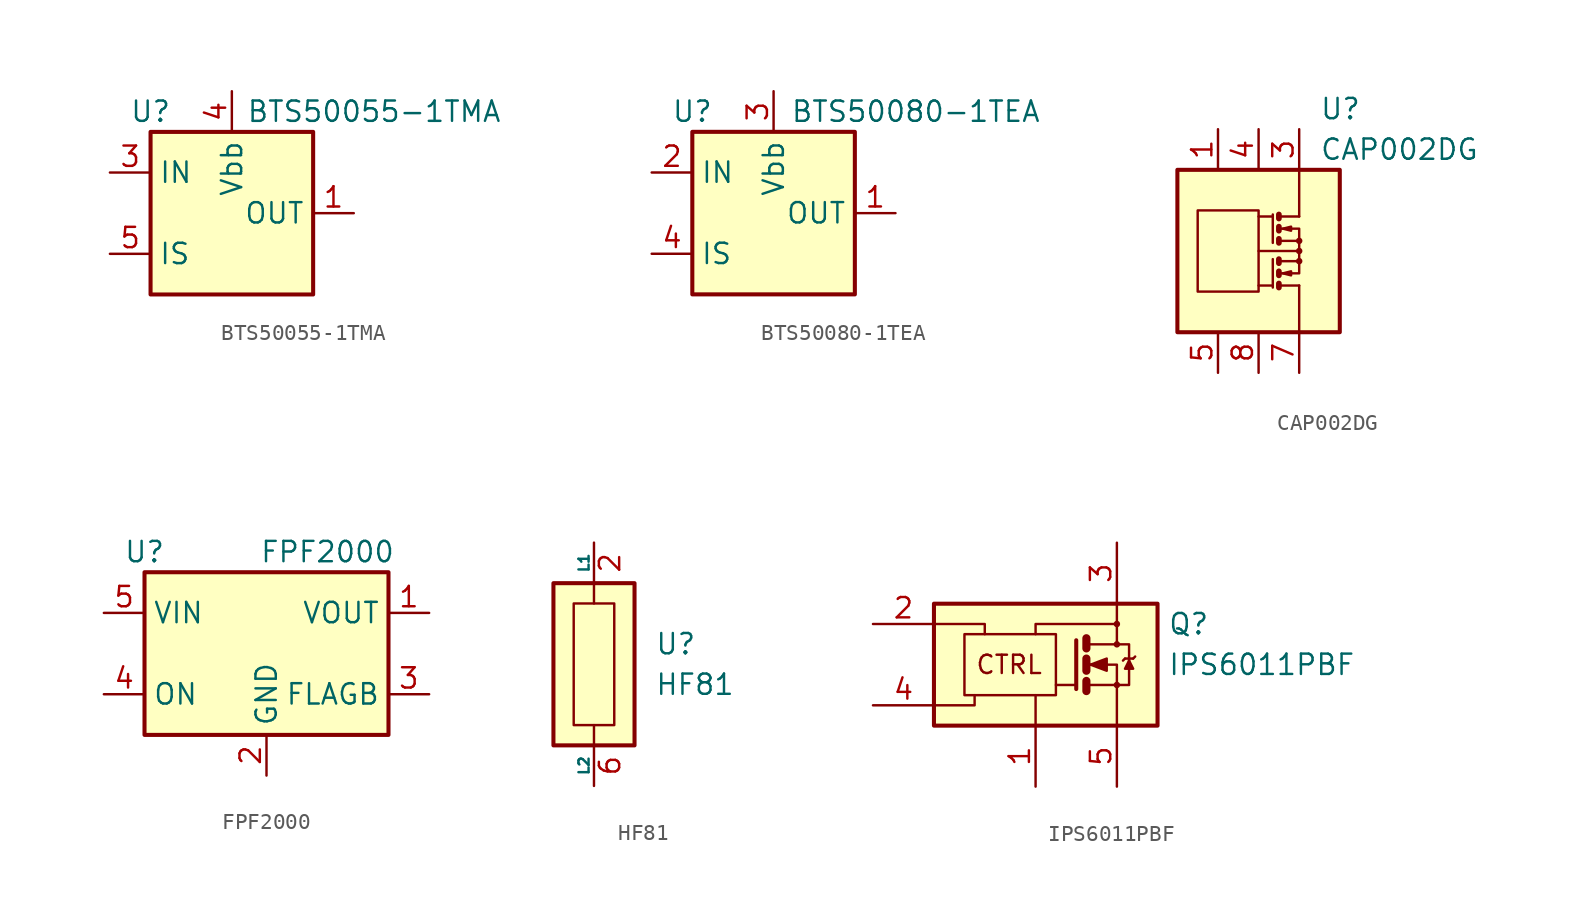
<source format=kicad_sym>
(kicad_symbol_lib
  (version 20201005)
  (generator kicad_symbol_editor)
  (symbol "Power_Management:BTS50055-1TMA"
    (property "Reference" "U"
      (at -5.08 6.35 0)
      (effects (font (size 1.27 1.27))))
    (property "Value" "BTS50055-1TMA"
      (at 8.89 6.35 0)
      (effects (font (size 1.27 1.27))))
    (symbol "BTS50055-1TMA_0_1"
      (rectangle (start -5.08 5.08) (end 5.08 -5.08) (stroke (width 0.254)) (fill (type background))))
    (symbol "BTS50055-1TMA_1_1"
      (pin power_out line (at 7.62 0 180) (length 2.54) (name "OUT" (effects (font (size 1.27 1.27)))) (number "1" (effects (font (size 1.27 1.27)))))
      (pin passive line (at 7.62 0 180) (length 2.54) hide (name "OUT" (effects (font (size 1.27 1.27)))) (number "2" (effects (font (size 1.27 1.27)))))
      (pin input line (at -7.62 2.54 0) (length 2.54) (name "IN" (effects (font (size 1.27 1.27)))) (number "3" (effects (font (size 1.27 1.27)))))
      (pin power_in line (at 0 7.62 270) (length 2.54) (name "Vbb" (effects (font (size 1.27 1.27)))) (number "4" (effects (font (size 1.27 1.27)))))
      (pin output line (at -7.62 -2.54 0) (length 2.54) (name "IS" (effects (font (size 1.27 1.27)))) (number "5" (effects (font (size 1.27 1.27)))))
      (pin passive line (at 7.62 0 180) (length 2.54) hide (name "OUT" (effects (font (size 1.27 1.27)))) (number "6" (effects (font (size 1.27 1.27)))))
      (pin passive line (at 7.62 0 180) (length 2.54) hide (name "OUT" (effects (font (size 1.27 1.27)))) (number "7" (effects (font (size 1.27 1.27)))))))
  (symbol "Power_Management:BTS50080-1TEA"
    (property "Reference" "U"
      (at -5.08 6.35 0)
      (effects (font (size 1.27 1.27))))
    (property "Value" "BTS50080-1TEA"
      (at 8.89 6.35 0)
      (effects (font (size 1.27 1.27))))
    (symbol "BTS50080-1TEA_0_1"
      (rectangle (start -5.08 5.08) (end 5.08 -5.08) (stroke (width 0.254)) (fill (type background))))
    (symbol "BTS50080-1TEA_1_1"
      (pin power_out line (at 7.62 0 180) (length 2.54) (name "OUT" (effects (font (size 1.27 1.27)))) (number "1" (effects (font (size 1.27 1.27)))))
      (pin input line (at -7.62 2.54 0) (length 2.54) (name "IN" (effects (font (size 1.27 1.27)))) (number "2" (effects (font (size 1.27 1.27)))))
      (pin power_in line (at 0 7.62 270) (length 2.54) (name "Vbb" (effects (font (size 1.27 1.27)))) (number "3" (effects (font (size 1.27 1.27)))))
      (pin output line (at -7.62 -2.54 0) (length 2.54) (name "IS" (effects (font (size 1.27 1.27)))) (number "4" (effects (font (size 1.27 1.27)))))
      (pin passive line (at 7.62 0 180) (length 2.54) hide (name "OUT" (effects (font (size 1.27 1.27)))) (number "5" (effects (font (size 1.27 1.27)))))))
  (symbol "Power_Management:CAP002DG"
    (pin_names
      (offset 1.27))
    (property "Reference" "U"
      (at 3.81 8.89 0)
      (effects (font (size 1.27 1.27)) (justify left)))
    (property "Value" "CAP002DG"
      (at 3.81 6.35 0)
      (effects (font (size 1.27 1.27)) (justify left)))
    (symbol "CAP002DG_0_1"
      (circle (center 2.54 -0.635) (radius 0.127) (stroke (width 0)) (fill (type none)))
      (circle (center 2.54 0) (radius 0.127) (stroke (width 0)) (fill (type none)))
      (circle (center 2.54 0.635) (radius 0.127) (stroke (width 0)) (fill (type none)))
      (rectangle (start -3.81 2.54) (end 0 -2.54) (stroke (width 0)) (fill (type none)))
      (rectangle (start -5.08 5.08) (end 5.08 -5.08) (stroke (width 0.254)) (fill (type background)))
      (polyline (pts (xy 0.889 -2.159) (xy 0 -2.159)) (stroke (width 0)) (fill (type none)))
      (polyline (pts (xy 0.889 -0.508) (xy 0.889 -2.286)) (stroke (width 0)) (fill (type none)))
      (polyline (pts (xy 0.889 2.159) (xy 0 2.159)) (stroke (width 0)) (fill (type none)))
      (polyline (pts (xy 0.889 2.286) (xy 0.889 0.508)) (stroke (width 0)) (fill (type none)))
      (polyline (pts (xy 1.27 -2.159) (xy 2.54 -2.159)) (stroke (width 0)) (fill (type none)))
      (polyline (pts (xy 1.27 2.159) (xy 2.54 2.159)) (stroke (width 0)) (fill (type none)))
      (polyline (pts (xy 2.413 0) (xy 0 0)) (stroke (width 0)) (fill (type none)))
      (polyline (pts (xy 2.54 -2.159) (xy 2.54 -5.08)) (stroke (width 0)) (fill (type none)))
      (polyline (pts (xy 1.27 -2.032) (xy 1.27 -2.286) (xy 1.27 -2.286)) (stroke (width 0.356)) (fill (type none)))
      (polyline (pts (xy 1.27 -1.27) (xy 1.27 -1.524) (xy 1.27 -1.524)) (stroke (width 0.356)) (fill (type none)))
      (polyline (pts (xy 1.27 0.762) (xy 1.27 0.508) (xy 1.27 0.508)) (stroke (width 0.356)) (fill (type none)))
      (polyline (pts (xy 1.27 1.524) (xy 1.27 1.27) (xy 1.27 1.27)) (stroke (width 0.356)) (fill (type none)))
      (polyline (pts (xy 1.27 2.286) (xy 1.27 2.032) (xy 1.27 2.032)) (stroke (width 0.356)) (fill (type none)))
      (polyline (pts (xy 1.397 -1.397) (xy 2.54 -1.397) (xy 2.54 -0.635)) (stroke (width 0)) (fill (type none)))
      (polyline (pts (xy 1.397 1.397) (xy 2.54 1.397) (xy 2.54 0.635)) (stroke (width 0)) (fill (type none)))
      (polyline (pts (xy 2.54 2.159) (xy 2.54 5.08) (xy 2.54 3.175)) (stroke (width 0)) (fill (type none)))
      (polyline (pts (xy 1.397 -0.635) (xy 2.54 -0.635) (xy 2.54 0.635) (xy 1.397 0.635)) (stroke (width 0)) (fill (type none)))
      (polyline (pts (xy 1.524 -1.397) (xy 2.032 -1.27) (xy 2.032 -1.524) (xy 1.524 -1.397)) (stroke (width 0)) (fill (type none)))
      (polyline (pts (xy 1.524 1.397) (xy 2.032 1.524) (xy 2.032 1.27) (xy 1.524 1.397)) (stroke (width 0)) (fill (type none))))
    (symbol "CAP002DG_1_1"
      (polyline (pts (xy 1.27 -0.508) (xy 1.27 -0.762)) (stroke (width 0.356)) (fill (type none)))
      (pin passive line (at -2.54 7.62 270) (length 2.54) (name "~" (effects (font (size 1.27 1.27)))) (number "1" (effects (font (size 1.27 1.27)))))
      (pin passive line (at 2.54 7.62 270) (length 2.54) hide (name "~" (effects (font (size 1.27 1.27)))) (number "2" (effects (font (size 1.27 1.27)))))
      (pin passive line (at 2.54 7.62 270) (length 2.54) (name "~" (effects (font (size 1.27 1.27)))) (number "3" (effects (font (size 1.27 1.27)))))
      (pin passive line (at 0 7.62 270) (length 2.54) (name "~" (effects (font (size 1.27 1.27)))) (number "4" (effects (font (size 1.27 1.27)))))
      (pin passive line (at -2.54 -7.62 90) (length 2.54) (name "~" (effects (font (size 1.27 1.27)))) (number "5" (effects (font (size 1.27 1.27)))))
      (pin passive line (at 2.54 -7.62 90) (length 2.54) hide (name "~" (effects (font (size 1.27 1.27)))) (number "6" (effects (font (size 1.27 1.27)))))
      (pin passive line (at 2.54 -7.62 90) (length 2.54) (name "~" (effects (font (size 1.27 1.27)))) (number "7" (effects (font (size 1.27 1.27)))))
      (pin passive line (at 0 -7.62 90) (length 2.54) (name "~" (effects (font (size 1.27 1.27)))) (number "8" (effects (font (size 1.27 1.27)))))))
  (symbol "Power_Management:FPF2000"
    (property "Reference" "U"
      (at -7.62 6.35 0)
      (effects (font (size 1.27 1.27))))
    (property "Value" "FPF2000"
      (at 3.81 6.35 0)
      (effects (font (size 1.27 1.27))))
    (symbol "FPF2000_0_1"
      (rectangle (start -7.62 5.08) (end 7.62 -5.08) (stroke (width 0.254)) (fill (type background))))
    (symbol "FPF2000_1_1"
      (pin power_out line (at 10.16 2.54 180) (length 2.54) (name "VOUT" (effects (font (size 1.27 1.27)))) (number "1" (effects (font (size 1.27 1.27)))))
      (pin power_in line (at 0 -7.62 90) (length 2.54) (name "GND" (effects (font (size 1.27 1.27)))) (number "2" (effects (font (size 1.27 1.27)))))
      (pin open_collector line (at 10.16 -2.54 180) (length 2.54) (name "FLAGB" (effects (font (size 1.27 1.27)))) (number "3" (effects (font (size 1.27 1.27)))))
      (pin input line (at -10.16 -2.54 0) (length 2.54) (name "ON" (effects (font (size 1.27 1.27)))) (number "4" (effects (font (size 1.27 1.27)))))
      (pin power_in line (at -10.16 2.54 0) (length 2.54) (name "VIN" (effects (font (size 1.27 1.27)))) (number "5" (effects (font (size 1.27 1.27)))))))
  (symbol "Power_Management:HF81"
    (pin_names
      (offset 0))
    (property "Reference" "U"
      (at 3.81 1.27 0)
      (effects (font (size 1.27 1.27)) (justify left)))
    (property "Value" "HF81"
      (at 3.81 -1.27 0)
      (effects (font (size 1.27 1.27)) (justify left)))
    (symbol "HF81_0_1"
      (rectangle (start -1.27 3.81) (end 1.27 -3.81) (stroke (width 0)) (fill (type none)))
      (rectangle (start -2.54 5.08) (end 2.54 -5.08) (stroke (width 0.254)) (fill (type background)))
      (polyline (pts (xy 0 -3.81) (xy 0 -5.08)) (stroke (width 0)) (fill (type none)))
      (polyline (pts (xy 0 5.08) (xy 0 3.81)) (stroke (width 0)) (fill (type none))))
    (symbol "HF81_1_1"
      (pin no_connect line (at -2.54 5.08 0) (length 2.54) hide (name "NC" (effects (font (size 1.27 1.27)))) (number "1" (effects (font (size 1.27 1.27)))))
      (pin passive line (at 0 7.62 270) (length 2.54) (name "L1" (effects (font (size 0.635 0.635)))) (number "2" (effects (font (size 1.27 1.27)))))
      (pin passive line (at 0 7.62 270) (length 2.54) hide (name "L1" (effects (font (size 0.635 0.635)))) (number "3" (effects (font (size 1.27 1.27)))))
      (pin no_connect line (at -2.54 2.54 0) (length 2.54) hide (name "NC" (effects (font (size 1.27 1.27)))) (number "4" (effects (font (size 1.27 1.27)))))
      (pin no_connect line (at -2.54 -2.54 0) (length 2.54) hide (name "NC" (effects (font (size 1.27 1.27)))) (number "5" (effects (font (size 1.27 1.27)))))
      (pin passive line (at 0 -7.62 90) (length 2.54) (name "L2" (effects (font (size 0.635 0.635)))) (number "6" (effects (font (size 1.27 1.27)))))
      (pin passive line (at 0 -7.62 90) (length 2.54) hide (name "L2" (effects (font (size 0.635 0.635)))) (number "7" (effects (font (size 1.27 1.27)))))
      (pin no_connect line (at -2.54 -5.08 0) (length 2.54) hide (name "NC" (effects (font (size 1.27 1.27)))) (number "8" (effects (font (size 1.27 1.27)))))))
  (symbol "Power_Management:IPS6011PBF"
    (pin_names
      (offset 0) hide)
    (property "Reference" "Q"
      (at 8.255 2.54 0)
      (effects (font (size 1.27 1.27)) (justify left)))
    (property "Value" "IPS6011PBF"
      (at 8.255 0 0)
      (effects (font (size 1.27 1.27)) (justify left)))
    (symbol "IPS6011PBF_0_0"
      (circle (center 5.08 2.54) (radius 0.127) (stroke (width 0)) (fill (type none)))
      (text "CTRL" (at -1.651 0 0) (effects (font (size 1.143 1.143))))
      (rectangle (start -6.35 3.81) (end 7.62 -3.81) (stroke (width 0.254)) (fill (type background)))
      (polyline (pts (xy 0 -3.81) (xy 0 -1.905)) (stroke (width 0)) (fill (type none)))
      (polyline (pts (xy -6.35 -2.54) (xy -3.81 -2.54) (xy -3.81 -1.905)) (stroke (width 0)) (fill (type none)))
      (polyline (pts (xy -6.35 2.54) (xy -3.175 2.54) (xy -3.175 1.905)) (stroke (width 0)) (fill (type none)))
      (polyline (pts (xy 0 1.905) (xy 0 2.54) (xy 5.08 2.54)) (stroke (width 0)) (fill (type none))))
    (symbol "IPS6011PBF_0_1"
      (circle (center 5.08 -1.27) (radius 0.127) (stroke (width 0)) (fill (type none)))
      (circle (center 5.08 1.27) (radius 0.127) (stroke (width 0)) (fill (type none)))
      (rectangle (start -4.445 1.905) (end 1.27 -1.905) (stroke (width 0)) (fill (type none)))
      (polyline (pts (xy 2.54 -1.27) (xy 1.27 -1.27)) (stroke (width 0)) (fill (type none)))
      (polyline (pts (xy 3.175 -1.016) (xy 3.175 -1.651)) (stroke (width 0.508)) (fill (type none)))
      (polyline (pts (xy 3.175 0.381) (xy 3.175 -0.381)) (stroke (width 0.508)) (fill (type none)))
      (polyline (pts (xy 3.175 1.651) (xy 3.175 1.016)) (stroke (width 0.508)) (fill (type none)))
      (polyline (pts (xy 3.302 -1.27) (xy 5.08 -1.27)) (stroke (width 0)) (fill (type none)))
      (polyline (pts (xy 5.588 0.381) (xy 5.461 0.254)) (stroke (width 0)) (fill (type none)))
      (polyline (pts (xy 5.588 0.381) (xy 6.096 0.381)) (stroke (width 0)) (fill (type none)))
      (polyline (pts (xy 6.096 0.381) (xy 6.223 0.508)) (stroke (width 0)) (fill (type none)))
      (polyline (pts (xy 2.54 1.524) (xy 2.54 -1.524) (xy 2.54 -1.524)) (stroke (width 0.254)) (fill (type none)))
      (polyline (pts (xy 3.302 0) (xy 5.08 0) (xy 5.08 -3.81)) (stroke (width 0)) (fill (type none)))
      (polyline (pts (xy 3.302 1.27) (xy 5.08 1.27) (xy 5.08 3.81)) (stroke (width 0)) (fill (type none)))
      (polyline (pts (xy 5.08 -1.27) (xy 5.842 -1.27) (xy 5.842 1.27) (xy 5.08 1.27)) (stroke (width 0)) (fill (type none)))
      (polyline (pts (xy 5.842 0.254) (xy 5.588 -0.254) (xy 6.096 -0.254) (xy 5.842 0.254)) (stroke (width 0)) (fill (type outline)))
      (polyline (pts (xy 3.429 0) (xy 4.445 0.381) (xy 4.445 -0.381) (xy 3.429 0) (xy 3.556 0) (xy 3.556 0)) (stroke (width 0)) (fill (type outline))))
    (symbol "IPS6011PBF_1_1"
      (pin power_in line (at 0 -7.62 90) (length 3.81) (name "GND" (effects (font (size 1.27 1.27)))) (number "1" (effects (font (size 1.27 1.27)))))
      (pin input line (at -10.16 2.54 0) (length 3.81) (name "IN" (effects (font (size 1.27 1.27)))) (number "2" (effects (font (size 1.27 1.27)))))
      (pin power_in line (at 5.08 7.62 270) (length 3.81) (name "VCC" (effects (font (size 1.27 1.27)))) (number "3" (effects (font (size 1.27 1.27)))))
      (pin bidirectional line (at -10.16 -2.54 0) (length 3.81) (name "DG" (effects (font (size 1.27 1.27)))) (number "4" (effects (font (size 1.27 1.27)))))
      (pin output line (at 5.08 -7.62 90) (length 3.81) (name "OUT" (effects (font (size 1.27 1.27)))) (number "5" (effects (font (size 1.27 1.27))))))))
</source>
